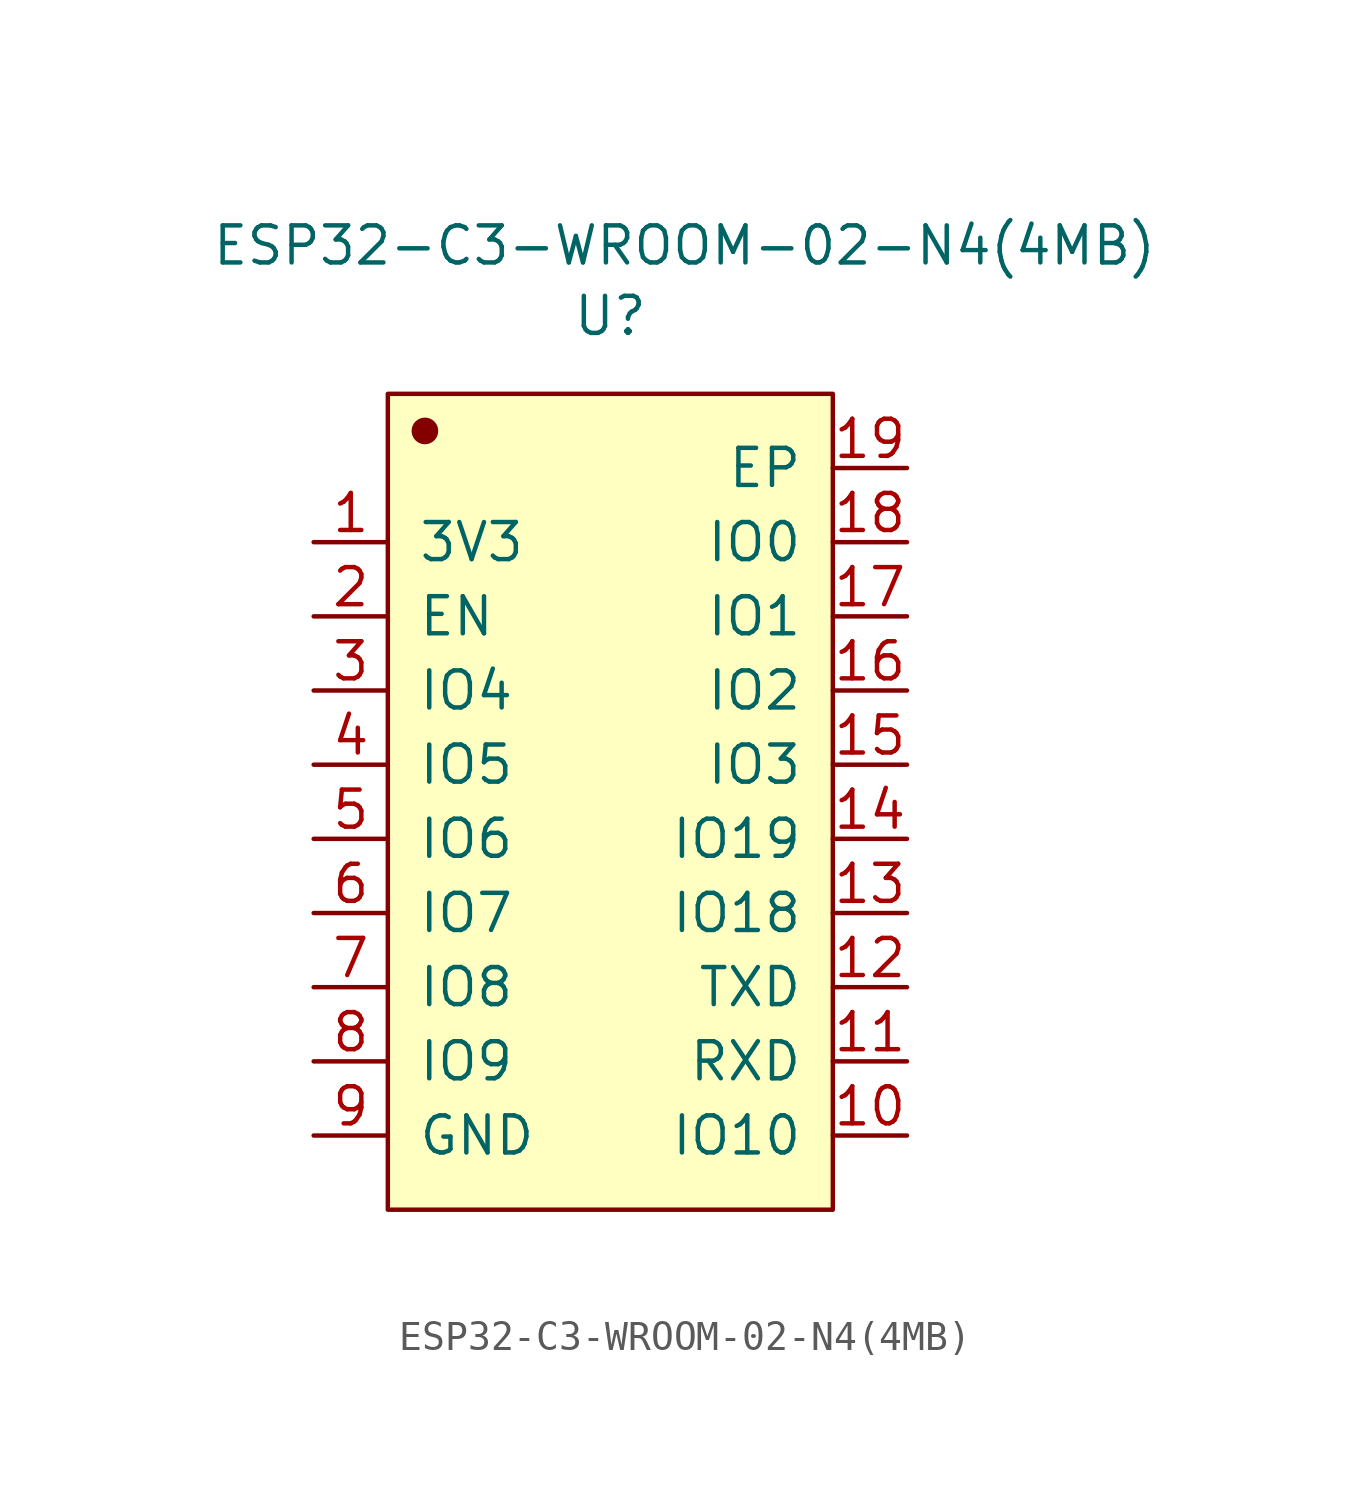
<source format=kicad_sym>
(kicad_symbol_lib
  (version 20211014)
  (generator kicad_symbol_editor)
  (symbol "ESP32-C3-WROOM-02-N4(4MB)"
    (pin_names
      (offset 1.016))
    (property "Reference" "U"
      (at 0 16.637 0)
      (effects (font (size 1.27 1.27))))
    (property "Value" "ESP32-C3-WROOM-02-N4(4MB)"
      (at 2.54 19.05 0)
      (effects (font (size 1.27 1.27))))
    (symbol "ESP32-C3-WROOM-02-N4(4MB)_1_1"
      (rectangle (start -7.62 13.97) (end 7.62 -13.97) (stroke (width 0.152) (type default) (color 0 0 0 0)) (fill (type background)))
      (circle (center -6.35 12.7) (radius 0.381) (stroke (width 0.152) (type default) (color 0 0 0 0)) (fill (type outline)))
      (pin passive line (at -10.16 8.89 0) (length 2.54) (name "3V3" (effects (font (size 1.27 1.27)))) (number "1" (effects (font (size 1.27 1.27)))))
      (pin passive line (at 10.16 -11.43 180) (length 2.54) (name "IO10" (effects (font (size 1.27 1.27)))) (number "10" (effects (font (size 1.27 1.27)))))
      (pin passive line (at 10.16 -8.89 180) (length 2.54) (name "RXD" (effects (font (size 1.27 1.27)))) (number "11" (effects (font (size 1.27 1.27)))))
      (pin passive line (at 10.16 -6.35 180) (length 2.54) (name "TXD" (effects (font (size 1.27 1.27)))) (number "12" (effects (font (size 1.27 1.27)))))
      (pin passive line (at 10.16 -3.81 180) (length 2.54) (name "IO18" (effects (font (size 1.27 1.27)))) (number "13" (effects (font (size 1.27 1.27)))))
      (pin passive line (at 10.16 -1.27 180) (length 2.54) (name "IO19" (effects (font (size 1.27 1.27)))) (number "14" (effects (font (size 1.27 1.27)))))
      (pin passive line (at 10.16 1.27 180) (length 2.54) (name "IO3" (effects (font (size 1.27 1.27)))) (number "15" (effects (font (size 1.27 1.27)))))
      (pin passive line (at 10.16 3.81 180) (length 2.54) (name "IO2" (effects (font (size 1.27 1.27)))) (number "16" (effects (font (size 1.27 1.27)))))
      (pin passive line (at 10.16 6.35 180) (length 2.54) (name "IO1" (effects (font (size 1.27 1.27)))) (number "17" (effects (font (size 1.27 1.27)))))
      (pin passive line (at 10.16 8.89 180) (length 2.54) (name "IO0" (effects (font (size 1.27 1.27)))) (number "18" (effects (font (size 1.27 1.27)))))
      (pin passive line (at 10.16 11.43 180) (length 2.54) (name "EP" (effects (font (size 1.27 1.27)))) (number "19" (effects (font (size 1.27 1.27)))))
      (pin passive line (at -10.16 6.35 0) (length 2.54) (name "EN" (effects (font (size 1.27 1.27)))) (number "2" (effects (font (size 1.27 1.27)))))
      (pin passive line (at -10.16 3.81 0) (length 2.54) (name "IO4" (effects (font (size 1.27 1.27)))) (number "3" (effects (font (size 1.27 1.27)))))
      (pin passive line (at -10.16 1.27 0) (length 2.54) (name "IO5" (effects (font (size 1.27 1.27)))) (number "4" (effects (font (size 1.27 1.27)))))
      (pin passive line (at -10.16 -1.27 0) (length 2.54) (name "IO6" (effects (font (size 1.27 1.27)))) (number "5" (effects (font (size 1.27 1.27)))))
      (pin passive line (at -10.16 -3.81 0) (length 2.54) (name "IO7" (effects (font (size 1.27 1.27)))) (number "6" (effects (font (size 1.27 1.27)))))
      (pin passive line (at -10.16 -6.35 0) (length 2.54) (name "IO8" (effects (font (size 1.27 1.27)))) (number "7" (effects (font (size 1.27 1.27)))))
      (pin passive line (at -10.16 -8.89 0) (length 2.54) (name "IO9" (effects (font (size 1.27 1.27)))) (number "8" (effects (font (size 1.27 1.27)))))
      (pin passive line (at -10.16 -11.43 0) (length 2.54) (name "GND" (effects (font (size 1.27 1.27)))) (number "9" (effects (font (size 1.27 1.27))))))))
</source>
